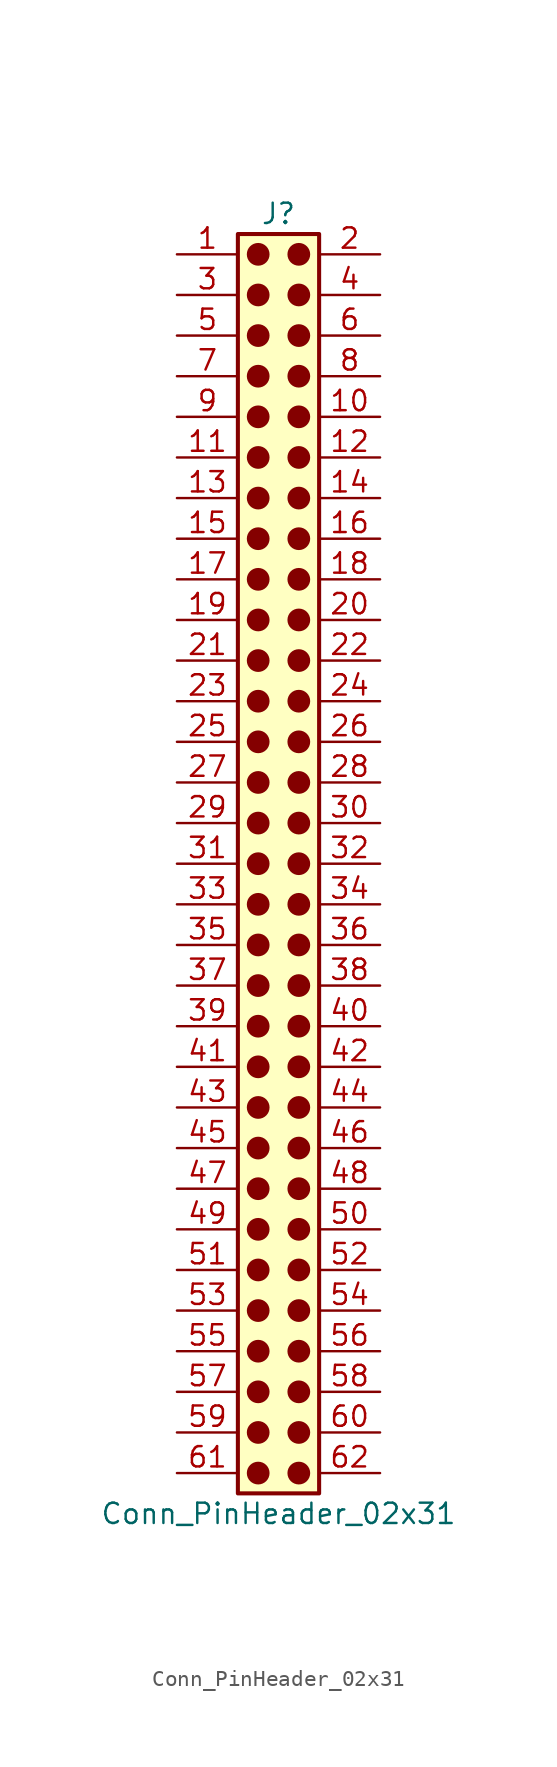
<source format=kicad_sym>
(kicad_symbol_lib
  (version 20241209)
  (generator "kicad_symbol_editor")
  (generator_version "9.0")
  (symbol "Conn_PinHeader_02x31"
    (pin_names
      (offset 1.016)
      (hide yes))
    (property "Reference" "J"
      (at 1.27 40.64 0)
      (effects (font (size 1.27 1.27))))
    (property "Value" "Conn_PinHeader_02x31"
      (at 1.27 -40.64 0)
      (effects (font (size 1.27 1.27))))
    (symbol "Conn_PinHeader_02x31_1_1"
      (rectangle (start -1.27 39.37) (end 3.81 -39.37) (stroke (width 0.254) (type default)) (fill (type background)))
      (circle (center 0 38.1) (radius 0.635) (stroke (width 0) (type solid) (color 132 0 0 1)) (fill (type outline)))
      (circle (center 0 35.56) (radius 0.635) (stroke (width 0) (type solid) (color 132 0 0 1)) (fill (type outline)))
      (circle (center 0 33.02) (radius 0.635) (stroke (width 0) (type solid) (color 132 0 0 1)) (fill (type outline)))
      (circle (center 0 30.48) (radius 0.635) (stroke (width 0) (type solid) (color 132 0 0 1)) (fill (type outline)))
      (circle (center 0 27.94) (radius 0.635) (stroke (width 0) (type solid) (color 132 0 0 1)) (fill (type outline)))
      (circle (center 0 25.4) (radius 0.635) (stroke (width 0) (type solid) (color 132 0 0 1)) (fill (type outline)))
      (circle (center 0 22.86) (radius 0.635) (stroke (width 0) (type solid) (color 132 0 0 1)) (fill (type outline)))
      (circle (center 0 20.32) (radius 0.635) (stroke (width 0) (type solid) (color 132 0 0 1)) (fill (type outline)))
      (circle (center 0 17.78) (radius 0.635) (stroke (width 0) (type solid) (color 132 0 0 1)) (fill (type outline)))
      (circle (center 0 15.24) (radius 0.635) (stroke (width 0) (type solid) (color 132 0 0 1)) (fill (type outline)))
      (circle (center 0 12.7) (radius 0.635) (stroke (width 0) (type solid) (color 132 0 0 1)) (fill (type outline)))
      (circle (center 0 10.16) (radius 0.635) (stroke (width 0) (type solid) (color 132 0 0 1)) (fill (type outline)))
      (circle (center 0 7.62) (radius 0.635) (stroke (width 0) (type solid) (color 132 0 0 1)) (fill (type outline)))
      (circle (center 0 5.08) (radius 0.635) (stroke (width 0) (type solid) (color 132 0 0 1)) (fill (type outline)))
      (circle (center 0 2.54) (radius 0.635) (stroke (width 0) (type solid) (color 132 0 0 1)) (fill (type outline)))
      (circle (center 0 0) (radius 0.635) (stroke (width 0) (type solid) (color 132 0 0 1)) (fill (type outline)))
      (circle (center 0 -2.54) (radius 0.635) (stroke (width 0) (type solid) (color 132 0 0 1)) (fill (type outline)))
      (circle (center 0 -5.08) (radius 0.635) (stroke (width 0) (type solid) (color 132 0 0 1)) (fill (type outline)))
      (circle (center 0 -7.62) (radius 0.635) (stroke (width 0) (type solid) (color 132 0 0 1)) (fill (type outline)))
      (circle (center 0 -10.16) (radius 0.635) (stroke (width 0) (type solid) (color 132 0 0 1)) (fill (type outline)))
      (circle (center 0 -12.7) (radius 0.635) (stroke (width 0) (type solid) (color 132 0 0 1)) (fill (type outline)))
      (circle (center 0 -15.24) (radius 0.635) (stroke (width 0) (type solid) (color 132 0 0 1)) (fill (type outline)))
      (circle (center 0 -17.78) (radius 0.635) (stroke (width 0) (type solid) (color 132 0 0 1)) (fill (type outline)))
      (circle (center 0 -20.32) (radius 0.635) (stroke (width 0) (type solid) (color 132 0 0 1)) (fill (type outline)))
      (circle (center 0 -22.86) (radius 0.635) (stroke (width 0) (type solid) (color 132 0 0 1)) (fill (type outline)))
      (circle (center 0 -25.4) (radius 0.635) (stroke (width 0) (type solid) (color 132 0 0 1)) (fill (type outline)))
      (circle (center 0 -27.94) (radius 0.635) (stroke (width 0) (type solid) (color 132 0 0 1)) (fill (type outline)))
      (circle (center 0 -30.48) (radius 0.635) (stroke (width 0) (type solid) (color 132 0 0 1)) (fill (type outline)))
      (circle (center 0 -33.02) (radius 0.635) (stroke (width 0) (type solid) (color 132 0 0 1)) (fill (type outline)))
      (circle (center 0 -35.56) (radius 0.635) (stroke (width 0) (type solid) (color 132 0 0 1)) (fill (type outline)))
      (circle (center 0 -38.1) (radius 0.635) (stroke (width 0) (type solid) (color 132 0 0 1)) (fill (type outline)))
      (circle (center 2.54 38.1) (radius 0.635) (stroke (width 0) (type solid) (color 132 0 0 1)) (fill (type outline)))
      (circle (center 2.54 35.56) (radius 0.635) (stroke (width 0) (type solid) (color 132 0 0 1)) (fill (type outline)))
      (circle (center 2.54 33.02) (radius 0.635) (stroke (width 0) (type solid) (color 132 0 0 1)) (fill (type outline)))
      (circle (center 2.54 30.48) (radius 0.635) (stroke (width 0) (type solid) (color 132 0 0 1)) (fill (type outline)))
      (circle (center 2.54 27.94) (radius 0.635) (stroke (width 0) (type solid) (color 132 0 0 1)) (fill (type outline)))
      (circle (center 2.54 25.4) (radius 0.635) (stroke (width 0) (type solid) (color 132 0 0 1)) (fill (type outline)))
      (circle (center 2.54 22.86) (radius 0.635) (stroke (width 0) (type solid) (color 132 0 0 1)) (fill (type outline)))
      (circle (center 2.54 20.32) (radius 0.635) (stroke (width 0) (type solid) (color 132 0 0 1)) (fill (type outline)))
      (circle (center 2.54 17.78) (radius 0.635) (stroke (width 0) (type solid) (color 132 0 0 1)) (fill (type outline)))
      (circle (center 2.54 15.24) (radius 0.635) (stroke (width 0) (type solid) (color 132 0 0 1)) (fill (type outline)))
      (circle (center 2.54 12.7) (radius 0.635) (stroke (width 0) (type solid) (color 132 0 0 1)) (fill (type outline)))
      (circle (center 2.54 10.16) (radius 0.635) (stroke (width 0) (type solid) (color 132 0 0 1)) (fill (type outline)))
      (circle (center 2.54 7.62) (radius 0.635) (stroke (width 0) (type solid) (color 132 0 0 1)) (fill (type outline)))
      (circle (center 2.54 5.08) (radius 0.635) (stroke (width 0) (type solid) (color 132 0 0 1)) (fill (type outline)))
      (circle (center 2.54 2.54) (radius 0.635) (stroke (width 0) (type solid) (color 132 0 0 1)) (fill (type outline)))
      (circle (center 2.54 0) (radius 0.635) (stroke (width 0) (type solid) (color 132 0 0 1)) (fill (type outline)))
      (circle (center 2.54 -2.54) (radius 0.635) (stroke (width 0) (type solid) (color 132 0 0 1)) (fill (type outline)))
      (circle (center 2.54 -5.08) (radius 0.635) (stroke (width 0) (type solid) (color 132 0 0 1)) (fill (type outline)))
      (circle (center 2.54 -7.62) (radius 0.635) (stroke (width 0) (type solid) (color 132 0 0 1)) (fill (type outline)))
      (circle (center 2.54 -10.16) (radius 0.635) (stroke (width 0) (type solid) (color 132 0 0 1)) (fill (type outline)))
      (circle (center 2.54 -12.7) (radius 0.635) (stroke (width 0) (type solid) (color 132 0 0 1)) (fill (type outline)))
      (circle (center 2.54 -15.24) (radius 0.635) (stroke (width 0) (type solid) (color 132 0 0 1)) (fill (type outline)))
      (circle (center 2.54 -17.78) (radius 0.635) (stroke (width 0) (type solid) (color 132 0 0 1)) (fill (type outline)))
      (circle (center 2.54 -20.32) (radius 0.635) (stroke (width 0) (type solid) (color 132 0 0 1)) (fill (type outline)))
      (circle (center 2.54 -22.86) (radius 0.635) (stroke (width 0) (type solid) (color 132 0 0 1)) (fill (type outline)))
      (circle (center 2.54 -25.4) (radius 0.635) (stroke (width 0) (type solid) (color 132 0 0 1)) (fill (type outline)))
      (circle (center 2.54 -27.94) (radius 0.635) (stroke (width 0) (type solid) (color 132 0 0 1)) (fill (type outline)))
      (circle (center 2.54 -30.48) (radius 0.635) (stroke (width 0) (type solid) (color 132 0 0 1)) (fill (type outline)))
      (circle (center 2.54 -33.02) (radius 0.635) (stroke (width 0) (type solid) (color 132 0 0 1)) (fill (type outline)))
      (circle (center 2.54 -35.56) (radius 0.635) (stroke (width 0) (type solid) (color 132 0 0 1)) (fill (type outline)))
      (circle (center 2.54 -38.1) (radius 0.635) (stroke (width 0) (type solid) (color 132 0 0 1)) (fill (type outline)))
      (pin passive line (at -5.08 38.1 0) (length 3.81) (name "Pin_1" (effects (font (size 1.27 1.27)))) (number "1" (effects (font (size 1.27 1.27)))))
      (pin passive line (at -5.08 35.56 0) (length 3.81) (name "Pin_3" (effects (font (size 1.27 1.27)))) (number "3" (effects (font (size 1.27 1.27)))))
      (pin passive line (at -5.08 33.02 0) (length 3.81) (name "Pin_5" (effects (font (size 1.27 1.27)))) (number "5" (effects (font (size 1.27 1.27)))))
      (pin passive line (at -5.08 30.48 0) (length 3.81) (name "Pin_7" (effects (font (size 1.27 1.27)))) (number "7" (effects (font (size 1.27 1.27)))))
      (pin passive line (at -5.08 27.94 0) (length 3.81) (name "Pin_9" (effects (font (size 1.27 1.27)))) (number "9" (effects (font (size 1.27 1.27)))))
      (pin passive line (at -5.08 25.4 0) (length 3.81) (name "Pin_11" (effects (font (size 1.27 1.27)))) (number "11" (effects (font (size 1.27 1.27)))))
      (pin passive line (at -5.08 22.86 0) (length 3.81) (name "Pin_13" (effects (font (size 1.27 1.27)))) (number "13" (effects (font (size 1.27 1.27)))))
      (pin passive line (at -5.08 20.32 0) (length 3.81) (name "Pin_15" (effects (font (size 1.27 1.27)))) (number "15" (effects (font (size 1.27 1.27)))))
      (pin passive line (at -5.08 17.78 0) (length 3.81) (name "Pin_17" (effects (font (size 1.27 1.27)))) (number "17" (effects (font (size 1.27 1.27)))))
      (pin passive line (at -5.08 15.24 0) (length 3.81) (name "Pin_19" (effects (font (size 1.27 1.27)))) (number "19" (effects (font (size 1.27 1.27)))))
      (pin passive line (at -5.08 12.7 0) (length 3.81) (name "Pin_21" (effects (font (size 1.27 1.27)))) (number "21" (effects (font (size 1.27 1.27)))))
      (pin passive line (at -5.08 10.16 0) (length 3.81) (name "Pin_23" (effects (font (size 1.27 1.27)))) (number "23" (effects (font (size 1.27 1.27)))))
      (pin passive line (at -5.08 7.62 0) (length 3.81) (name "Pin_25" (effects (font (size 1.27 1.27)))) (number "25" (effects (font (size 1.27 1.27)))))
      (pin passive line (at -5.08 5.08 0) (length 3.81) (name "Pin_27" (effects (font (size 1.27 1.27)))) (number "27" (effects (font (size 1.27 1.27)))))
      (pin passive line (at -5.08 2.54 0) (length 3.81) (name "Pin_29" (effects (font (size 1.27 1.27)))) (number "29" (effects (font (size 1.27 1.27)))))
      (pin passive line (at -5.08 0 0) (length 3.81) (name "Pin_31" (effects (font (size 1.27 1.27)))) (number "31" (effects (font (size 1.27 1.27)))))
      (pin passive line (at -5.08 -2.54 0) (length 3.81) (name "Pin_33" (effects (font (size 1.27 1.27)))) (number "33" (effects (font (size 1.27 1.27)))))
      (pin passive line (at -5.08 -5.08 0) (length 3.81) (name "Pin_35" (effects (font (size 1.27 1.27)))) (number "35" (effects (font (size 1.27 1.27)))))
      (pin passive line (at -5.08 -7.62 0) (length 3.81) (name "Pin_37" (effects (font (size 1.27 1.27)))) (number "37" (effects (font (size 1.27 1.27)))))
      (pin passive line (at -5.08 -10.16 0) (length 3.81) (name "Pin_39" (effects (font (size 1.27 1.27)))) (number "39" (effects (font (size 1.27 1.27)))))
      (pin passive line (at -5.08 -12.7 0) (length 3.81) (name "Pin_41" (effects (font (size 1.27 1.27)))) (number "41" (effects (font (size 1.27 1.27)))))
      (pin passive line (at -5.08 -15.24 0) (length 3.81) (name "Pin_43" (effects (font (size 1.27 1.27)))) (number "43" (effects (font (size 1.27 1.27)))))
      (pin passive line (at -5.08 -17.78 0) (length 3.81) (name "Pin_45" (effects (font (size 1.27 1.27)))) (number "45" (effects (font (size 1.27 1.27)))))
      (pin passive line (at -5.08 -20.32 0) (length 3.81) (name "Pin_47" (effects (font (size 1.27 1.27)))) (number "47" (effects (font (size 1.27 1.27)))))
      (pin passive line (at -5.08 -22.86 0) (length 3.81) (name "Pin_49" (effects (font (size 1.27 1.27)))) (number "49" (effects (font (size 1.27 1.27)))))
      (pin passive line (at -5.08 -25.4 0) (length 3.81) (name "Pin_51" (effects (font (size 1.27 1.27)))) (number "51" (effects (font (size 1.27 1.27)))))
      (pin passive line (at -5.08 -27.94 0) (length 3.81) (name "Pin_53" (effects (font (size 1.27 1.27)))) (number "53" (effects (font (size 1.27 1.27)))))
      (pin passive line (at -5.08 -30.48 0) (length 3.81) (name "Pin_55" (effects (font (size 1.27 1.27)))) (number "55" (effects (font (size 1.27 1.27)))))
      (pin passive line (at -5.08 -33.02 0) (length 3.81) (name "Pin_57" (effects (font (size 1.27 1.27)))) (number "57" (effects (font (size 1.27 1.27)))))
      (pin passive line (at -5.08 -35.56 0) (length 3.81) (name "Pin_59" (effects (font (size 1.27 1.27)))) (number "59" (effects (font (size 1.27 1.27)))))
      (pin passive line (at -5.08 -38.1 0) (length 3.81) (name "Pin_61" (effects (font (size 1.27 1.27)))) (number "61" (effects (font (size 1.27 1.27)))))
      (pin passive line (at 7.62 38.1 180) (length 3.81) (name "Pin_2" (effects (font (size 1.27 1.27)))) (number "2" (effects (font (size 1.27 1.27)))))
      (pin passive line (at 7.62 35.56 180) (length 3.81) (name "Pin_4" (effects (font (size 1.27 1.27)))) (number "4" (effects (font (size 1.27 1.27)))))
      (pin passive line (at 7.62 33.02 180) (length 3.81) (name "Pin_6" (effects (font (size 1.27 1.27)))) (number "6" (effects (font (size 1.27 1.27)))))
      (pin passive line (at 7.62 30.48 180) (length 3.81) (name "Pin_8" (effects (font (size 1.27 1.27)))) (number "8" (effects (font (size 1.27 1.27)))))
      (pin passive line (at 7.62 27.94 180) (length 3.81) (name "Pin_10" (effects (font (size 1.27 1.27)))) (number "10" (effects (font (size 1.27 1.27)))))
      (pin passive line (at 7.62 25.4 180) (length 3.81) (name "Pin_12" (effects (font (size 1.27 1.27)))) (number "12" (effects (font (size 1.27 1.27)))))
      (pin passive line (at 7.62 22.86 180) (length 3.81) (name "Pin_14" (effects (font (size 1.27 1.27)))) (number "14" (effects (font (size 1.27 1.27)))))
      (pin passive line (at 7.62 20.32 180) (length 3.81) (name "Pin_16" (effects (font (size 1.27 1.27)))) (number "16" (effects (font (size 1.27 1.27)))))
      (pin passive line (at 7.62 17.78 180) (length 3.81) (name "Pin_18" (effects (font (size 1.27 1.27)))) (number "18" (effects (font (size 1.27 1.27)))))
      (pin passive line (at 7.62 15.24 180) (length 3.81) (name "Pin_20" (effects (font (size 1.27 1.27)))) (number "20" (effects (font (size 1.27 1.27)))))
      (pin passive line (at 7.62 12.7 180) (length 3.81) (name "Pin_22" (effects (font (size 1.27 1.27)))) (number "22" (effects (font (size 1.27 1.27)))))
      (pin passive line (at 7.62 10.16 180) (length 3.81) (name "Pin_24" (effects (font (size 1.27 1.27)))) (number "24" (effects (font (size 1.27 1.27)))))
      (pin passive line (at 7.62 7.62 180) (length 3.81) (name "Pin_26" (effects (font (size 1.27 1.27)))) (number "26" (effects (font (size 1.27 1.27)))))
      (pin passive line (at 7.62 5.08 180) (length 3.81) (name "Pin_28" (effects (font (size 1.27 1.27)))) (number "28" (effects (font (size 1.27 1.27)))))
      (pin passive line (at 7.62 2.54 180) (length 3.81) (name "Pin_30" (effects (font (size 1.27 1.27)))) (number "30" (effects (font (size 1.27 1.27)))))
      (pin passive line (at 7.62 0 180) (length 3.81) (name "Pin_32" (effects (font (size 1.27 1.27)))) (number "32" (effects (font (size 1.27 1.27)))))
      (pin passive line (at 7.62 -2.54 180) (length 3.81) (name "Pin_34" (effects (font (size 1.27 1.27)))) (number "34" (effects (font (size 1.27 1.27)))))
      (pin passive line (at 7.62 -5.08 180) (length 3.81) (name "Pin_36" (effects (font (size 1.27 1.27)))) (number "36" (effects (font (size 1.27 1.27)))))
      (pin passive line (at 7.62 -7.62 180) (length 3.81) (name "Pin_38" (effects (font (size 1.27 1.27)))) (number "38" (effects (font (size 1.27 1.27)))))
      (pin passive line (at 7.62 -10.16 180) (length 3.81) (name "Pin_40" (effects (font (size 1.27 1.27)))) (number "40" (effects (font (size 1.27 1.27)))))
      (pin passive line (at 7.62 -12.7 180) (length 3.81) (name "Pin_42" (effects (font (size 1.27 1.27)))) (number "42" (effects (font (size 1.27 1.27)))))
      (pin passive line (at 7.62 -15.24 180) (length 3.81) (name "Pin_44" (effects (font (size 1.27 1.27)))) (number "44" (effects (font (size 1.27 1.27)))))
      (pin passive line (at 7.62 -17.78 180) (length 3.81) (name "Pin_46" (effects (font (size 1.27 1.27)))) (number "46" (effects (font (size 1.27 1.27)))))
      (pin passive line (at 7.62 -20.32 180) (length 3.81) (name "Pin_48" (effects (font (size 1.27 1.27)))) (number "48" (effects (font (size 1.27 1.27)))))
      (pin passive line (at 7.62 -22.86 180) (length 3.81) (name "Pin_50" (effects (font (size 1.27 1.27)))) (number "50" (effects (font (size 1.27 1.27)))))
      (pin passive line (at 7.62 -25.4 180) (length 3.81) (name "Pin_52" (effects (font (size 1.27 1.27)))) (number "52" (effects (font (size 1.27 1.27)))))
      (pin passive line (at 7.62 -27.94 180) (length 3.81) (name "Pin_54" (effects (font (size 1.27 1.27)))) (number "54" (effects (font (size 1.27 1.27)))))
      (pin passive line (at 7.62 -30.48 180) (length 3.81) (name "Pin_56" (effects (font (size 1.27 1.27)))) (number "56" (effects (font (size 1.27 1.27)))))
      (pin passive line (at 7.62 -33.02 180) (length 3.81) (name "Pin_58" (effects (font (size 1.27 1.27)))) (number "58" (effects (font (size 1.27 1.27)))))
      (pin passive line (at 7.62 -35.56 180) (length 3.81) (name "Pin_60" (effects (font (size 1.27 1.27)))) (number "60" (effects (font (size 1.27 1.27)))))
      (pin passive line (at 7.62 -38.1 180) (length 3.81) (name "Pin_62" (effects (font (size 1.27 1.27)))) (number "62" (effects (font (size 1.27 1.27))))))))
</source>
